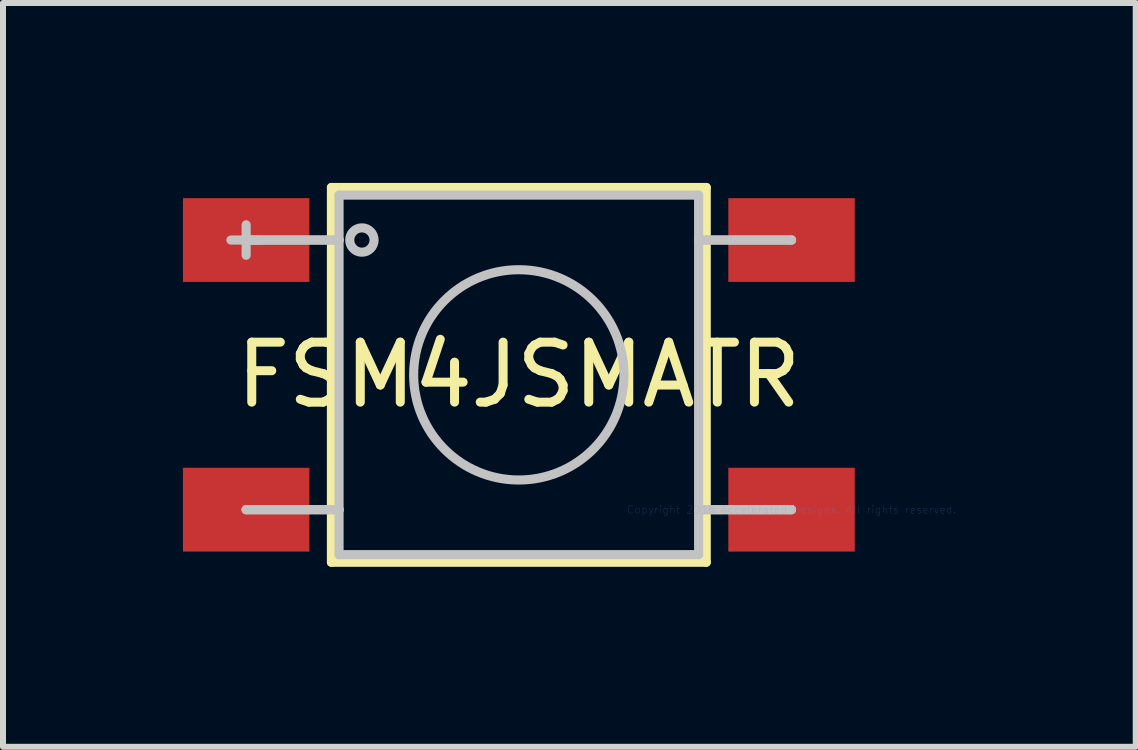
<source format=kicad_pcb>
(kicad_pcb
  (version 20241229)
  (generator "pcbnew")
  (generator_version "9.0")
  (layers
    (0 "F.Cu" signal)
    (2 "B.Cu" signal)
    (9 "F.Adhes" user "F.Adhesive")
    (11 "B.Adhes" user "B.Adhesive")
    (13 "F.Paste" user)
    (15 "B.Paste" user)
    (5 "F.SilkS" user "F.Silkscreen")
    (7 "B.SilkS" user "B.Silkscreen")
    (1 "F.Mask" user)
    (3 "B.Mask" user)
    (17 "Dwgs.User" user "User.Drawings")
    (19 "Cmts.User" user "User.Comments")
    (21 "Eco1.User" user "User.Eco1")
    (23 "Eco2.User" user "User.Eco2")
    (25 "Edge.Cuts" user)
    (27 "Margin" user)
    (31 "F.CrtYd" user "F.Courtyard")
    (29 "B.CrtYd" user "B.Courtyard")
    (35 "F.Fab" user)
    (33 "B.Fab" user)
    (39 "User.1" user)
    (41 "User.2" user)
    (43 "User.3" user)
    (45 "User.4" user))
  (footprint "FSM4JSMATR"
    (layer "F.Cu")
    (at 10.147 5.448)
    (property "Reference" "FSM4JSMATR" (at -4.547 -2.248 0) (layer "F.SilkS") (effects (font (size 1 1) (thickness 0.15))))
    (attr through_hole)
    (fp_line (start -7.671 -5.372) (end -7.671 0.876) (stroke (width 0.152) (type solid)) (layer "F.SilkS"))
    (fp_line (start -7.671 0.876) (end -1.422 0.876) (stroke (width 0.152) (type solid)) (layer "F.SilkS"))
    (fp_line (start -1.422 -5.372) (end -7.671 -5.372) (stroke (width 0.152) (type solid)) (layer "F.SilkS"))
    (fp_line (start -1.422 0.876) (end -1.422 -5.372) (stroke (width 0.152) (type solid)) (layer "F.SilkS"))
    (fp_line (start -9.347 -4.496) (end -8.839 -4.496) (stroke (width 0.152) (type solid)) (layer "Dwgs.User"))
    (fp_line (start -9.093 -4.496) (end -9.093 -4.496) (stroke (width 0.152) (type solid)) (layer "Dwgs.User"))
    (fp_line (start -9.093 -4.496) (end -7.544 -4.496) (stroke (width 0.152) (type solid)) (layer "Dwgs.User"))
    (fp_line (start -9.093 -4.242) (end -9.093 -4.75) (stroke (width 0.152) (type solid)) (layer "Dwgs.User"))
    (fp_line (start -9.093 0) (end -9.093 0) (stroke (width 0.152) (type solid)) (layer "Dwgs.User"))
    (fp_line (start -9.093 0) (end -7.544 0) (stroke (width 0.152) (type solid)) (layer "Dwgs.User"))
    (fp_line (start -7.544 -5.245) (end -7.544 0.749) (stroke (width 0.152) (type solid)) (layer "Dwgs.User"))
    (fp_line (start -7.544 -4.496) (end -9.093 -4.496) (stroke (width 0.152) (type solid)) (layer "Dwgs.User"))
    (fp_line (start -7.544 -4.496) (end -7.544 -4.496) (stroke (width 0.152) (type solid)) (layer "Dwgs.User"))
    (fp_line (start -7.544 0) (end -9.093 0) (stroke (width 0.152) (type solid)) (layer "Dwgs.User"))
    (fp_line (start -7.544 0) (end -7.544 0) (stroke (width 0.152) (type solid)) (layer "Dwgs.User"))
    (fp_line (start -7.544 0.749) (end -1.549 0.749) (stroke (width 0.152) (type solid)) (layer "Dwgs.User"))
    (fp_line (start -1.549 -5.245) (end -7.544 -5.245) (stroke (width 0.152) (type solid)) (layer "Dwgs.User"))
    (fp_line (start -1.549 -4.496) (end -1.549 -4.496) (stroke (width 0.152) (type solid)) (layer "Dwgs.User"))
    (fp_line (start -1.549 -4.496) (end 0 -4.496) (stroke (width 0.152) (type solid)) (layer "Dwgs.User"))
    (fp_line (start -1.549 0) (end -1.549 0) (stroke (width 0.152) (type solid)) (layer "Dwgs.User"))
    (fp_line (start -1.549 0) (end 0 0) (stroke (width 0.152) (type solid)) (layer "Dwgs.User"))
    (fp_line (start -1.549 0.749) (end -1.549 -5.245) (stroke (width 0.152) (type solid)) (layer "Dwgs.User"))
    (fp_line (start 0 -4.496) (end -1.549 -4.496) (stroke (width 0.152) (type solid)) (layer "Dwgs.User"))
    (fp_line (start 0 -4.496) (end 0 -4.496) (stroke (width 0.152) (type solid)) (layer "Dwgs.User"))
    (fp_line (start 0 0) (end -1.549 0) (stroke (width 0.152) (type solid)) (layer "Dwgs.User"))
    (fp_line (start 0 0) (end 0 0) (stroke (width 0.152) (type solid)) (layer "Dwgs.User"))
    (fp_circle (center -7.163 -4.496) (end -6.96 -4.496) (stroke (width 0.152) (type solid)) (fill no) (layer "Dwgs.User"))
    (fp_circle (center -4.547 -2.248) (end -2.794 -2.248) (stroke (width 0.152) (type solid)) (fill no) (layer "Dwgs.User"))
    (fp_text user "Copyright 2016 Accelerated Designs. All rights reserved." (at 0 0 0) (layer "Cmts.User") (effects (font (size 0.127 0.127) (thickness 0.002))))
    (pad "1" smd rect (at -9.093 -4.496) (size 2.108 1.397) (layers "F.Cu" "F.Mask" "F.Paste"))
    (pad "2" smd rect (at -9.093 0) (size 2.108 1.397) (layers "F.Cu" "F.Mask" "F.Paste"))
    (pad "3" smd rect (at 0 0) (size 2.108 1.397) (layers "F.Cu" "F.Mask" "F.Paste"))
    (pad "4" smd rect (at 0 -4.496) (size 2.108 1.397) (layers "F.Cu" "F.Mask" "F.Paste")))
  (gr_rect
    (start -3 -3)
    (end 15.886 9.401)
    (stroke (width 0.1) (type default))
    (fill no)
    (layer "Edge.Cuts")))
</source>
